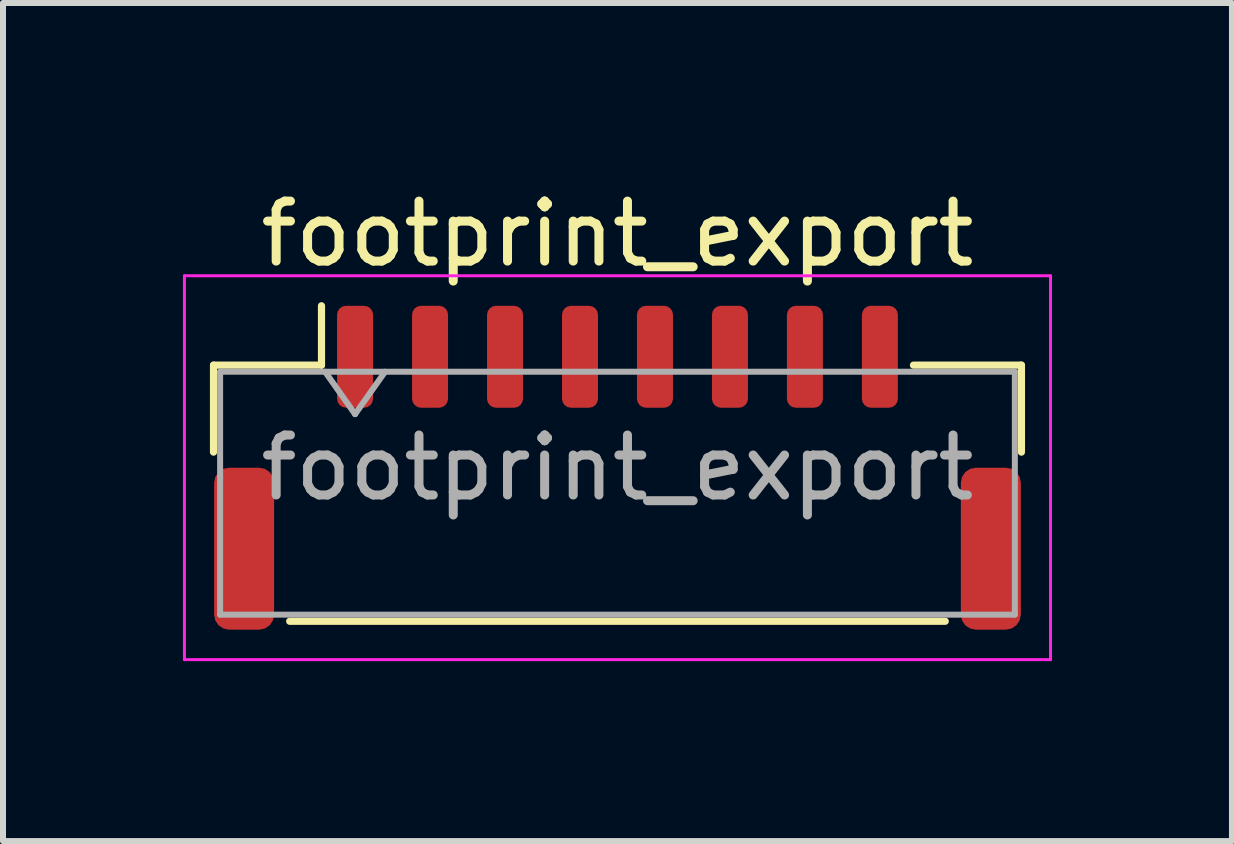
<source format=kicad_pcb>
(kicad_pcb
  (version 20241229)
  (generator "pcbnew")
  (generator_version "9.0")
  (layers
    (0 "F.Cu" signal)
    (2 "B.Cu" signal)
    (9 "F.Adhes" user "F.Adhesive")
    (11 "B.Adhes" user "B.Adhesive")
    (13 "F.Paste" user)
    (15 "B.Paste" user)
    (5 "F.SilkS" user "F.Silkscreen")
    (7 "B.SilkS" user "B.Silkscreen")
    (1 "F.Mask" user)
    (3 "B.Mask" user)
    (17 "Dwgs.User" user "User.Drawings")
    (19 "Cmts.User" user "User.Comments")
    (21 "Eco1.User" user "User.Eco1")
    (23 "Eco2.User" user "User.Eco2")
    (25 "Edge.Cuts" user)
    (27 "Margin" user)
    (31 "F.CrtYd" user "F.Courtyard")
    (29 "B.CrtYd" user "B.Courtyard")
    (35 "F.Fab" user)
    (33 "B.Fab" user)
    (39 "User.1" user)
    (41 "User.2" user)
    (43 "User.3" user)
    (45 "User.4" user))
  (footprint "footprint_export"
    (layer "F.Cu")
    (at 7.245 4.748)
    (property "Reference" "footprint_export" (at 0 -3.9 0) (layer "F.SilkS") (effects (font (size 1 1) (thickness 0.15))))
    (attr smd)
    (fp_line (start -6.735 -1.71) (end -4.935 -1.71) (stroke (width 0.12) (type solid)) (layer "F.SilkS"))
    (fp_line (start -6.735 -0.26) (end -6.735 -1.71) (stroke (width 0.12) (type solid)) (layer "F.SilkS"))
    (fp_line (start -5.465 2.56) (end 5.465 2.56) (stroke (width 0.12) (type solid)) (layer "F.SilkS"))
    (fp_line (start -4.935 -1.71) (end -4.935 -2.7) (stroke (width 0.12) (type solid)) (layer "F.SilkS"))
    (fp_line (start 6.735 -1.71) (end 4.935 -1.71) (stroke (width 0.12) (type solid)) (layer "F.SilkS"))
    (fp_line (start 6.735 -0.26) (end 6.735 -1.71) (stroke (width 0.12) (type solid)) (layer "F.SilkS"))
    (fp_line (start -7.22 -3.2) (end -7.22 3.2) (stroke (width 0.05) (type solid)) (layer "F.CrtYd"))
    (fp_line (start -7.22 3.2) (end 7.22 3.2) (stroke (width 0.05) (type solid)) (layer "F.CrtYd"))
    (fp_line (start 7.22 -3.2) (end -7.22 -3.2) (stroke (width 0.05) (type solid)) (layer "F.CrtYd"))
    (fp_line (start 7.22 3.2) (end 7.22 -3.2) (stroke (width 0.05) (type solid)) (layer "F.CrtYd"))
    (fp_line (start -6.625 -1.6) (end -6.625 2.45) (stroke (width 0.1) (type solid)) (layer "F.Fab"))
    (fp_line (start -6.625 -1.6) (end 6.625 -1.6) (stroke (width 0.1) (type solid)) (layer "F.Fab"))
    (fp_line (start -6.625 2.45) (end 6.625 2.45) (stroke (width 0.1) (type solid)) (layer "F.Fab"))
    (fp_line (start -4.875 -1.6) (end -4.375 -0.893) (stroke (width 0.1) (type solid)) (layer "F.Fab"))
    (fp_line (start -4.375 -0.893) (end -3.875 -1.6) (stroke (width 0.1) (type solid)) (layer "F.Fab"))
    (fp_line (start 6.625 -1.6) (end 6.625 2.45) (stroke (width 0.1) (type solid)) (layer "F.Fab"))
    (fp_text user "${REFERENCE}" (at 0 0 0) (layer "F.Fab") (effects (font (size 1 1) (thickness 0.15))))
    (pad "1" smd roundrect (at -4.375 -1.85) (size 0.6 1.7) (layers "F.Cu" "F.Mask" "F.Paste") (roundrect_rratio 0.25))
    (pad "2" smd roundrect (at -3.125 -1.85) (size 0.6 1.7) (layers "F.Cu" "F.Mask" "F.Paste") (roundrect_rratio 0.25))
    (pad "3" smd roundrect (at -1.875 -1.85) (size 0.6 1.7) (layers "F.Cu" "F.Mask" "F.Paste") (roundrect_rratio 0.25))
    (pad "4" smd roundrect (at -0.625 -1.85) (size 0.6 1.7) (layers "F.Cu" "F.Mask" "F.Paste") (roundrect_rratio 0.25))
    (pad "5" smd roundrect (at 0.625 -1.85) (size 0.6 1.7) (layers "F.Cu" "F.Mask" "F.Paste") (roundrect_rratio 0.25))
    (pad "6" smd roundrect (at 1.875 -1.85) (size 0.6 1.7) (layers "F.Cu" "F.Mask" "F.Paste") (roundrect_rratio 0.25))
    (pad "7" smd roundrect (at 3.125 -1.85) (size 0.6 1.7) (layers "F.Cu" "F.Mask" "F.Paste") (roundrect_rratio 0.25))
    (pad "8" smd roundrect (at 4.375 -1.85) (size 0.6 1.7) (layers "F.Cu" "F.Mask" "F.Paste") (roundrect_rratio 0.25))
    (pad "MP" smd roundrect (at -6.225 1.35) (size 1 2.7) (layers "F.Cu" "F.Mask" "F.Paste") (roundrect_rratio 0.25))
    (pad "MP" smd roundrect (at 6.225 1.35) (size 1 2.7) (layers "F.Cu" "F.Mask" "F.Paste") (roundrect_rratio 0.25)))
  (gr_rect
    (start -3 -3)
    (end 17.49 10.973)
    (stroke (width 0.1) (type default))
    (fill no)
    (layer "Edge.Cuts")))
</source>
